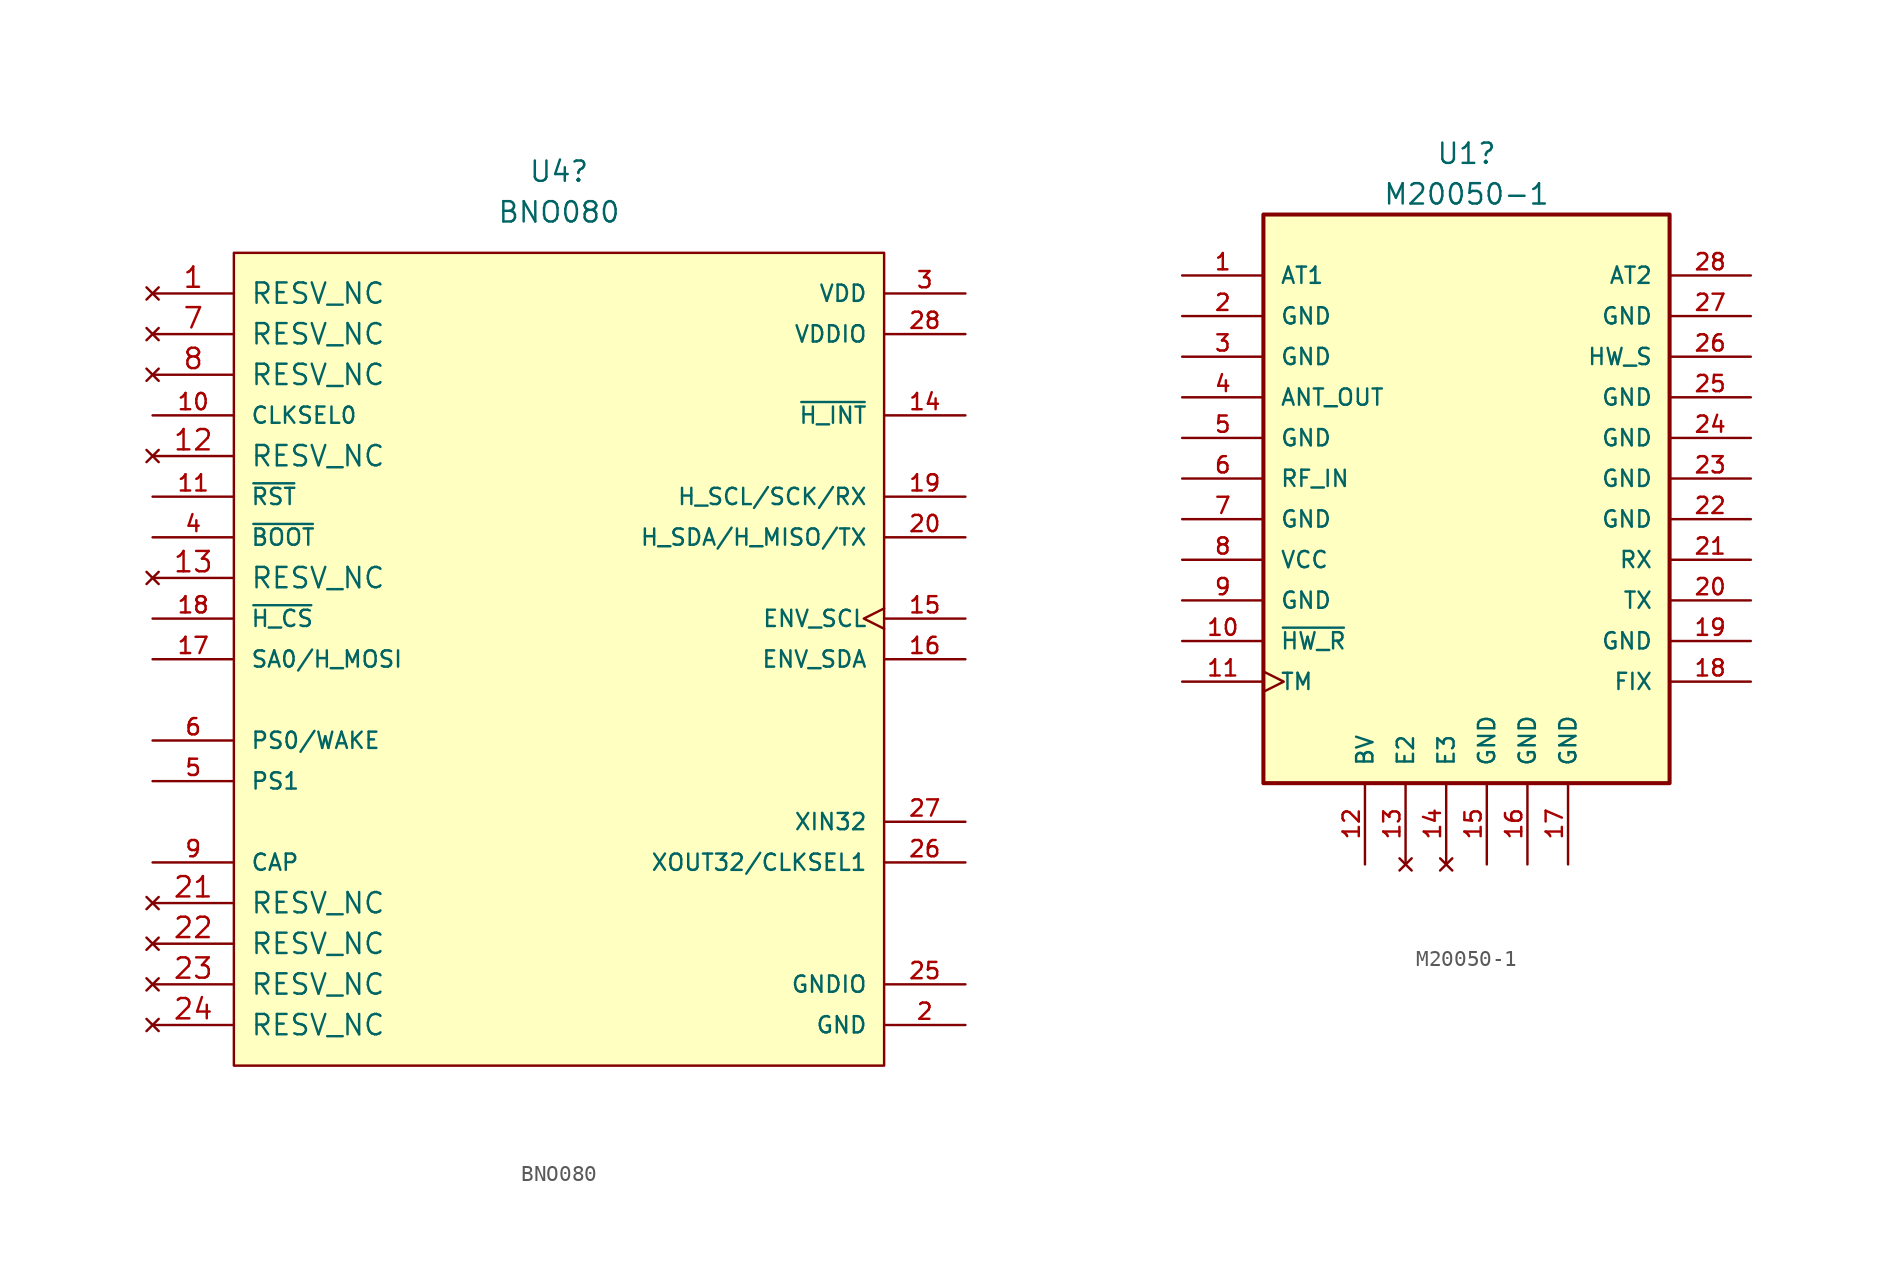
<source format=kicad_sym>
(kicad_symbol_lib
  (version 20211014)
  (generator kicad_symbol_editor)
  (symbol "BNO080"
    (pin_names
      (offset 1.016))
    (property "Reference" "U4"
      (at 0 30.48 0)
      (effects (font (size 1.27 1.27))))
    (property "Value" "BNO080"
      (at 0 27.94 0)
      (effects (font (size 1.27 1.27))))
    (property "ki_locked" ""
      (at 0 0 0)
      (effects (font (size 1.27 1.27))))
    (symbol "BNO080_0_0"
      (rectangle (start -20.32 -25.4) (end 20.32 25.4) (stroke (width 0.152) (type default) (color 0 0 0 0)) (fill (type background)))
      (pin input line (at -25.4 15.24 0) (length 5.08) (name "CLKSEL0" (effects (font (size 1.016 1.016)))) (number "10" (effects (font (size 1.016 1.016)))))
      (pin input line (at -25.4 10.16 0) (length 5.08) (name "~{RST}" (effects (font (size 1.016 1.016)))) (number "11" (effects (font (size 1.016 1.016)))))
      (pin output line (at 25.4 15.24 180) (length 5.08) (name "~{H_INT}" (effects (font (size 1.016 1.016)))) (number "14" (effects (font (size 1.016 1.016)))))
      (pin bidirectional clock (at 25.4 2.54 180) (length 5.08) (name "ENV_SCL" (effects (font (size 1.016 1.016)))) (number "15" (effects (font (size 1.016 1.016)))))
      (pin bidirectional line (at 25.4 0 180) (length 5.08) (name "ENV_SDA" (effects (font (size 1.016 1.016)))) (number "16" (effects (font (size 1.016 1.016)))))
      (pin input line (at -25.4 0 0) (length 5.08) (name "SA0/H_MOSI" (effects (font (size 1.016 1.016)))) (number "17" (effects (font (size 1.016 1.016)))))
      (pin input line (at -25.4 2.54 0) (length 5.08) (name "~{H_CS}" (effects (font (size 1.016 1.016)))) (number "18" (effects (font (size 1.016 1.016)))))
      (pin bidirectional line (at 25.4 10.16 180) (length 5.08) (name "H_SCL/SCK/RX" (effects (font (size 1.016 1.016)))) (number "19" (effects (font (size 1.016 1.016)))))
      (pin power_in line (at 25.4 -22.86 180) (length 5.08) (name "GND" (effects (font (size 1.016 1.016)))) (number "2" (effects (font (size 1.016 1.016)))))
      (pin bidirectional line (at 25.4 7.62 180) (length 5.08) (name "H_SDA/H_MISO/TX" (effects (font (size 1.016 1.016)))) (number "20" (effects (font (size 1.016 1.016)))))
      (pin power_in line (at 25.4 -20.32 180) (length 5.08) (name "GNDIO" (effects (font (size 1.016 1.016)))) (number "25" (effects (font (size 1.016 1.016)))))
      (pin output line (at 25.4 -12.7 180) (length 5.08) (name "XOUT32/CLKSEL1" (effects (font (size 1.016 1.016)))) (number "26" (effects (font (size 1.016 1.016)))))
      (pin input line (at 25.4 -10.16 180) (length 5.08) (name "XIN32" (effects (font (size 1.016 1.016)))) (number "27" (effects (font (size 1.016 1.016)))))
      (pin power_in line (at 25.4 20.32 180) (length 5.08) (name "VDDIO" (effects (font (size 1.016 1.016)))) (number "28" (effects (font (size 1.016 1.016)))))
      (pin power_in line (at 25.4 22.86 180) (length 5.08) (name "VDD" (effects (font (size 1.016 1.016)))) (number "3" (effects (font (size 1.016 1.016)))))
      (pin input line (at -25.4 7.62 0) (length 5.08) (name "~{BOOT}" (effects (font (size 1.016 1.016)))) (number "4" (effects (font (size 1.016 1.016)))))
      (pin input line (at -25.4 -7.62 0) (length 5.08) (name "PS1" (effects (font (size 1.016 1.016)))) (number "5" (effects (font (size 1.016 1.016)))))
      (pin input line (at -25.4 -5.08 0) (length 5.08) (name "PS0/WAKE" (effects (font (size 1.016 1.016)))) (number "6" (effects (font (size 1.016 1.016)))))
      (pin passive line (at -25.4 -12.7 0) (length 5.08) (name "CAP" (effects (font (size 1.016 1.016)))) (number "9" (effects (font (size 1.016 1.016))))))
    (symbol "BNO080_1_1"
      (pin no_connect line (at -25.4 22.86 0) (length 5.08) (name "RESV_NC" (effects (font (size 1.27 1.27)))) (number "1" (effects (font (size 1.27 1.27)))))
      (pin no_connect line (at -25.4 12.7 0) (length 5.08) (name "RESV_NC" (effects (font (size 1.27 1.27)))) (number "12" (effects (font (size 1.27 1.27)))))
      (pin no_connect line (at -25.4 5.08 0) (length 5.08) (name "RESV_NC" (effects (font (size 1.27 1.27)))) (number "13" (effects (font (size 1.27 1.27)))))
      (pin no_connect line (at -25.4 -15.24 0) (length 5.08) (name "RESV_NC" (effects (font (size 1.27 1.27)))) (number "21" (effects (font (size 1.27 1.27)))))
      (pin no_connect line (at -25.4 -17.78 0) (length 5.08) (name "RESV_NC" (effects (font (size 1.27 1.27)))) (number "22" (effects (font (size 1.27 1.27)))))
      (pin no_connect line (at -25.4 -20.32 0) (length 5.08) (name "RESV_NC" (effects (font (size 1.27 1.27)))) (number "23" (effects (font (size 1.27 1.27)))))
      (pin no_connect line (at -25.4 -22.86 0) (length 5.08) (name "RESV_NC" (effects (font (size 1.27 1.27)))) (number "24" (effects (font (size 1.27 1.27)))))
      (pin no_connect line (at -25.4 20.32 0) (length 5.08) (name "RESV_NC" (effects (font (size 1.27 1.27)))) (number "7" (effects (font (size 1.27 1.27)))))
      (pin no_connect line (at -25.4 17.78 0) (length 5.08) (name "RESV_NC" (effects (font (size 1.27 1.27)))) (number "8" (effects (font (size 1.27 1.27)))))))
  (symbol "M20050-1"
    (pin_names
      (offset 1.016))
    (property "Reference" "U1"
      (at 0 22.86 0)
      (effects (font (size 1.27 1.27))))
    (property "Value" "M20050-1"
      (at 0 20.32 0)
      (effects (font (size 1.27 1.27))))
    (property "ki_locked" ""
      (at 0 0 0)
      (effects (font (size 1.27 1.27))))
    (symbol "M20050-1_0_0"
      (rectangle (start 12.7 19.05) (end -12.7 -16.51) (stroke (width 0.254) (type default) (color 0 0 0 0)) (fill (type background)))
      (pin passive line (at -17.78 15.24 0) (length 5.08) (name "AT1" (effects (font (size 1.016 1.016)))) (number "1" (effects (font (size 1.016 1.016)))))
      (pin input line (at -17.78 -7.62 0) (length 5.08) (name "~{HW_R}" (effects (font (size 1.016 1.016)))) (number "10" (effects (font (size 1.016 1.016)))))
      (pin output clock (at -17.78 -10.16 0) (length 5.08) (name "TM" (effects (font (size 1.016 1.016)))) (number "11" (effects (font (size 1.016 1.016)))))
      (pin power_in line (at -6.35 -21.59 90) (length 5.08) (name "BV" (effects (font (size 1.016 1.016)))) (number "12" (effects (font (size 1.016 1.016)))))
      (pin no_connect line (at -3.81 -21.59 90) (length 5.08) (name "E2" (effects (font (size 1.016 1.016)))) (number "13" (effects (font (size 1.016 1.016)))))
      (pin no_connect line (at -1.27 -21.59 90) (length 5.08) (name "E3" (effects (font (size 1.016 1.016)))) (number "14" (effects (font (size 1.016 1.016)))))
      (pin power_in line (at 1.27 -21.59 90) (length 5.08) (name "GND" (effects (font (size 1.016 1.016)))) (number "15" (effects (font (size 1.016 1.016)))))
      (pin power_in line (at 3.81 -21.59 90) (length 5.08) (name "GND" (effects (font (size 1.016 1.016)))) (number "16" (effects (font (size 1.016 1.016)))))
      (pin power_in line (at 6.35 -21.59 90) (length 5.08) (name "GND" (effects (font (size 1.016 1.016)))) (number "17" (effects (font (size 1.016 1.016)))))
      (pin output line (at 17.78 -10.16 180) (length 5.08) (name "FIX" (effects (font (size 1.016 1.016)))) (number "18" (effects (font (size 1.016 1.016)))))
      (pin power_in line (at 17.78 -7.62 180) (length 5.08) (name "GND" (effects (font (size 1.016 1.016)))) (number "19" (effects (font (size 1.016 1.016)))))
      (pin power_in line (at -17.78 12.7 0) (length 5.08) (name "GND" (effects (font (size 1.016 1.016)))) (number "2" (effects (font (size 1.016 1.016)))))
      (pin output line (at 17.78 -5.08 180) (length 5.08) (name "TX" (effects (font (size 1.016 1.016)))) (number "20" (effects (font (size 1.016 1.016)))))
      (pin input line (at 17.78 -2.54 180) (length 5.08) (name "RX" (effects (font (size 1.016 1.016)))) (number "21" (effects (font (size 1.016 1.016)))))
      (pin power_in line (at 17.78 0 180) (length 5.08) (name "GND" (effects (font (size 1.016 1.016)))) (number "22" (effects (font (size 1.016 1.016)))))
      (pin power_in line (at 17.78 2.54 180) (length 5.08) (name "GND" (effects (font (size 1.016 1.016)))) (number "23" (effects (font (size 1.016 1.016)))))
      (pin power_in line (at 17.78 5.08 180) (length 5.08) (name "GND" (effects (font (size 1.016 1.016)))) (number "24" (effects (font (size 1.016 1.016)))))
      (pin power_in line (at 17.78 7.62 180) (length 5.08) (name "GND" (effects (font (size 1.016 1.016)))) (number "25" (effects (font (size 1.016 1.016)))))
      (pin input line (at 17.78 10.16 180) (length 5.08) (name "HW_S" (effects (font (size 1.016 1.016)))) (number "26" (effects (font (size 1.016 1.016)))))
      (pin power_in line (at 17.78 12.7 180) (length 5.08) (name "GND" (effects (font (size 1.016 1.016)))) (number "27" (effects (font (size 1.016 1.016)))))
      (pin passive line (at 17.78 15.24 180) (length 5.08) (name "AT2" (effects (font (size 1.016 1.016)))) (number "28" (effects (font (size 1.016 1.016)))))
      (pin power_in line (at -17.78 10.16 0) (length 5.08) (name "GND" (effects (font (size 1.016 1.016)))) (number "3" (effects (font (size 1.016 1.016)))))
      (pin output line (at -17.78 7.62 0) (length 5.08) (name "ANT_OUT" (effects (font (size 1.016 1.016)))) (number "4" (effects (font (size 1.016 1.016)))))
      (pin power_in line (at -17.78 5.08 0) (length 5.08) (name "GND" (effects (font (size 1.016 1.016)))) (number "5" (effects (font (size 1.016 1.016)))))
      (pin input line (at -17.78 2.54 0) (length 5.08) (name "RF_IN" (effects (font (size 1.016 1.016)))) (number "6" (effects (font (size 1.016 1.016)))))
      (pin power_in line (at -17.78 0 0) (length 5.08) (name "GND" (effects (font (size 1.016 1.016)))) (number "7" (effects (font (size 1.016 1.016)))))
      (pin power_in line (at -17.78 -2.54 0) (length 5.08) (name "VCC" (effects (font (size 1.016 1.016)))) (number "8" (effects (font (size 1.016 1.016)))))
      (pin power_in line (at -17.78 -5.08 0) (length 5.08) (name "GND" (effects (font (size 1.016 1.016)))) (number "9" (effects (font (size 1.016 1.016))))))))
</source>
